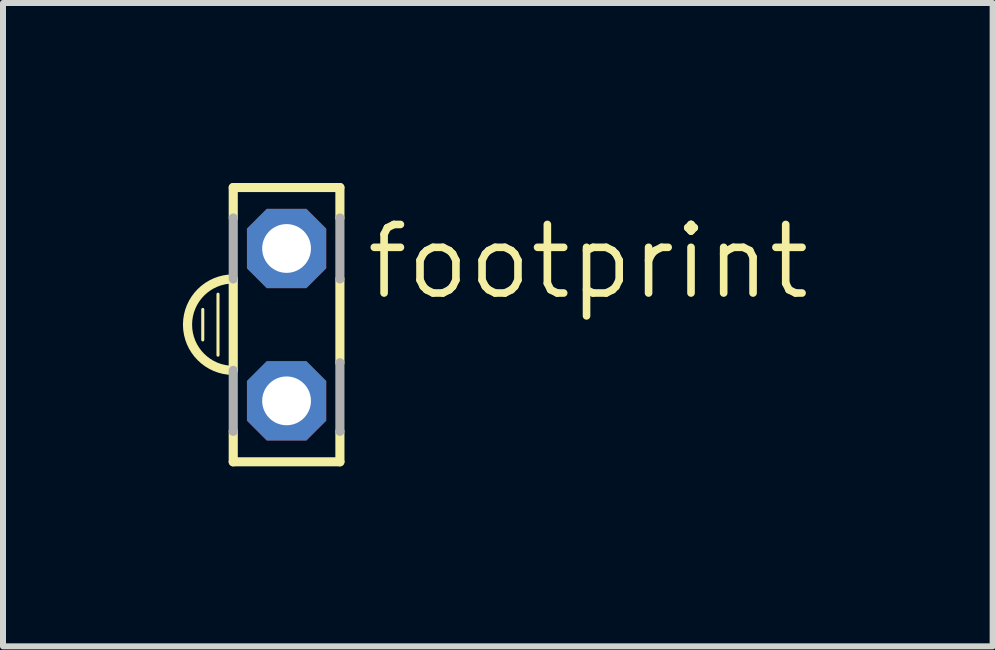
<source format=kicad_pcb>
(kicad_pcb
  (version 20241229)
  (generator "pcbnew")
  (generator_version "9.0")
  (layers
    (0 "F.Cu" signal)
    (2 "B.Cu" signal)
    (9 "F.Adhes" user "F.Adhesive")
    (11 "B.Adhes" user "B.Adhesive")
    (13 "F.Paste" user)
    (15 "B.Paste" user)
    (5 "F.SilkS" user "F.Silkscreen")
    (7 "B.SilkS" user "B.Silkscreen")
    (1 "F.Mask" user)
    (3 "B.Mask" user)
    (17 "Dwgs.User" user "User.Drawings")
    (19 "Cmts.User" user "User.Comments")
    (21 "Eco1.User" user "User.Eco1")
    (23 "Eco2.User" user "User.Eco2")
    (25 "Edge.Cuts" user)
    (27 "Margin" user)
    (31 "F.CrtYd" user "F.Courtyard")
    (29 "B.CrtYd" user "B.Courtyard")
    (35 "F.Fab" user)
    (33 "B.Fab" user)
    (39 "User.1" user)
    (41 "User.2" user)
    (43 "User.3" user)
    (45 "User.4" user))
  (footprint "footprint"
    (layer "F.Cu")
    (at 1.727 2.362)
    (property "Reference" "footprint" (at 1.27 -0.381 0) (layer "F.SilkS") (effects (font (size 1.143 1.143) (thickness 0.127)) (justify left bottom)))
    (fp_line (start -1.397 -0.254) (end -1.397 0.254) (stroke (width 0.051) (type solid)) (layer "F.SilkS"))
    (fp_line (start -1.143 -0.508) (end -1.143 0.508) (stroke (width 0.051) (type solid)) (layer "F.SilkS"))
    (fp_line (start -0.889 -2.286) (end -0.889 -1.778) (stroke (width 0.152) (type solid)) (layer "F.SilkS"))
    (fp_line (start -0.889 -2.286) (end 0.889 -2.286) (stroke (width 0.152) (type solid)) (layer "F.SilkS"))
    (fp_line (start -0.889 -0.762) (end -0.889 0.762) (stroke (width 0.152) (type solid)) (layer "F.SilkS"))
    (fp_line (start -0.889 1.778) (end -0.889 2.286) (stroke (width 0.152) (type solid)) (layer "F.SilkS"))
    (fp_line (start 0.889 -2.286) (end 0.889 -1.778) (stroke (width 0.152) (type solid)) (layer "F.SilkS"))
    (fp_line (start 0.889 -0.762) (end 0.889 0.635) (stroke (width 0.152) (type solid)) (layer "F.SilkS"))
    (fp_line (start 0.889 1.778) (end 0.889 2.286) (stroke (width 0.152) (type solid)) (layer "F.SilkS"))
    (fp_line (start 0.889 2.286) (end -0.889 2.286) (stroke (width 0.152) (type solid)) (layer "F.SilkS"))
    (fp_arc (start -0.889 0.762) (mid -1.651 0) (end -0.889 -0.762) (stroke (width 0.1524) (type solid)) (layer "F.SilkS"))
    (fp_line (start -0.889 -1.778) (end -0.889 -0.762) (stroke (width 0.152) (type solid)) (layer "F.Fab"))
    (fp_line (start -0.889 0.762) (end -0.889 1.778) (stroke (width 0.152) (type solid)) (layer "F.Fab"))
    (fp_line (start 0.889 -1.778) (end 0.889 -0.762) (stroke (width 0.152) (type solid)) (layer "F.Fab"))
    (fp_line (start 0.889 0.635) (end 0.889 1.778) (stroke (width 0.152) (type solid)) (layer "F.Fab"))
    (pad "A" thru_hole roundrect (at 0 1.27) (size 1.321 1.321) (drill 0.813) (layers "*.Cu" "*.Mask") (roundrect_rratio 0.25) (chamfer_ratio 0.25) (chamfer top_left top_right bottom_left bottom_right))
    (pad "K" thru_hole roundrect (at 0 -1.27) (size 1.321 1.321) (drill 0.813) (layers "*.Cu" "*.Mask") (roundrect_rratio 0.25) (chamfer_ratio 0.25) (chamfer top_left top_right bottom_left bottom_right)))
  (gr_rect
    (start -3 -3)
    (end 13.497 7.724)
    (stroke (width 0.1) (type default))
    (fill no)
    (layer "Edge.Cuts")))
</source>
